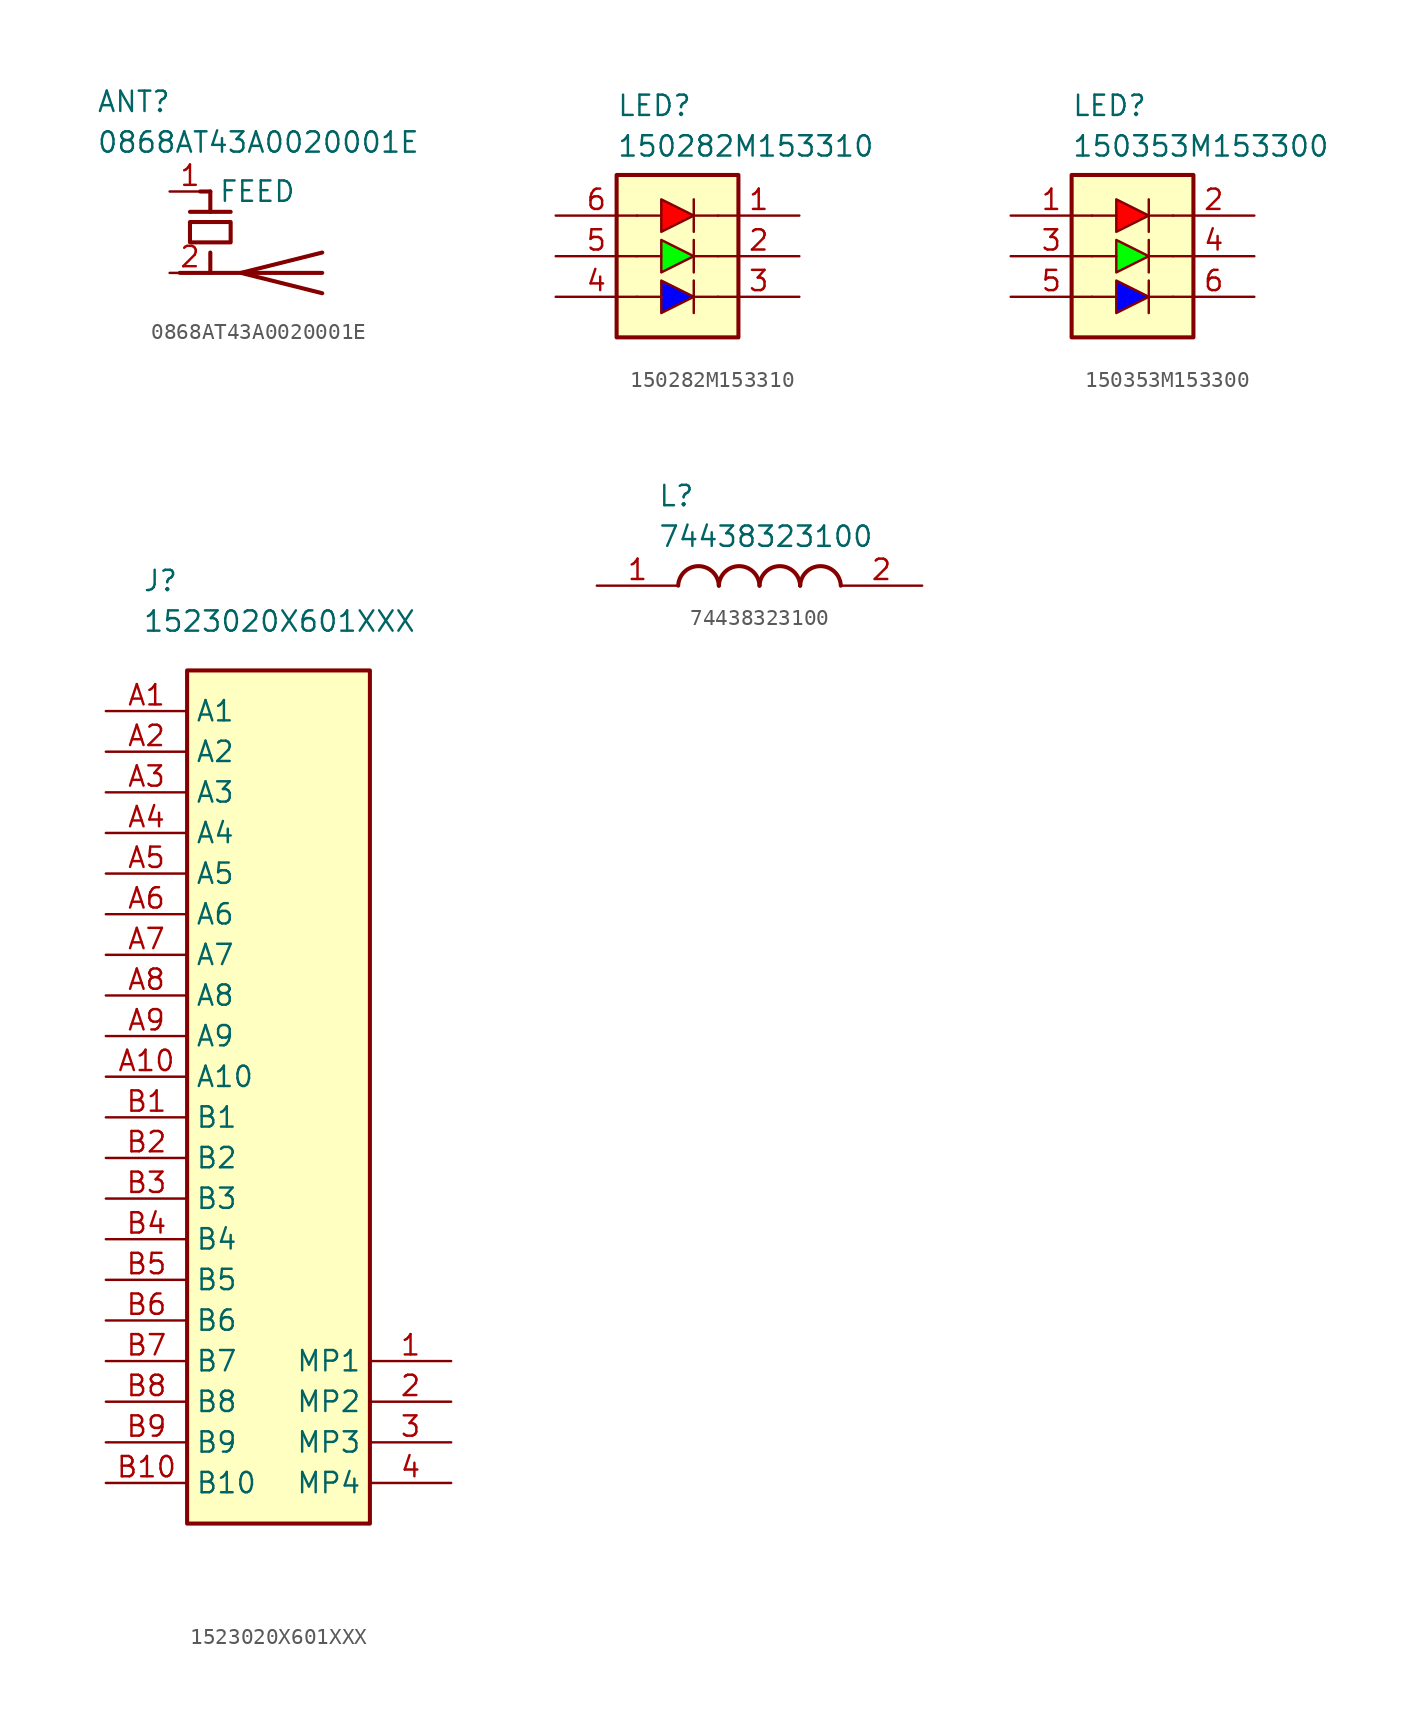
<source format=kicad_sym>
(kicad_symbol_lib
  (version 20241209)
  (generator "kicad_symbol_editor")
  (generator_version "9.0")
  (symbol "0868AT43A0020001E"
    (property "Reference" "ANT"
      (at -7.112 8.89 0)
      (effects (font (size 1.27 1.27)) (justify left top)))
    (property "Value" "0868AT43A0020001E"
      (at -7.112 6.35 0)
      (effects (font (size 1.27 1.27)) (justify left top)))
    (symbol "0868AT43A0020001E_0_1"
      (polyline (pts (xy -0.635 -2.54) (xy 0 -2.54)) (stroke (width 0) (type default)) (fill (type none)))
      (polyline (pts (xy 0 2.54) (xy -0.635 2.54)) (stroke (width 0.254) (type default)) (fill (type none)))
      (polyline (pts (xy 0 2.54) (xy 0 1.27)) (stroke (width 0.254) (type default)) (fill (type none)))
      (polyline (pts (xy 0 -1.27) (xy 0 -2.54)) (stroke (width 0.254) (type default)) (fill (type none)))
      (polyline (pts (xy 1.27 1.27) (xy -1.27 1.27) (xy 0 1.27)) (stroke (width 0.254) (type default)) (fill (type none)))
      (polyline (pts (xy 1.27 0.635) (xy 1.27 -0.635) (xy -1.27 -0.635) (xy -1.27 0.635) (xy 1.27 0.635)) (stroke (width 0.254) (type default)) (fill (type none)))
      (polyline (pts (xy 6.985 -2.54) (xy -1.905 -2.54)) (stroke (width 0.254) (type default)) (fill (type none)))
      (polyline (pts (xy 6.985 -3.81) (xy 1.905 -2.54) (xy 6.985 -1.27)) (stroke (width 0.254) (type default)) (fill (type none))))
    (symbol "0868AT43A0020001E_1_1"
      (pin input line (at -2.54 2.54 0) (length 2.54) (name "FEED" (effects (font (size 1.27 1.27)))) (number "1" (effects (font (size 1.27 1.27)))))
      (pin passive line (at -2.54 -2.54 0) (length 2.54) (name "PCB_Trace" (effects (font (size 0 0)))) (number "2" (effects (font (size 1.27 1.27)))))))
  (symbol "150282M153310"
    (property "Reference" "LED"
      (at -3.81 10.16 0)
      (effects (font (size 1.27 1.27)) (justify left top)))
    (property "Value" "150282M153310"
      (at -3.81 7.62 0)
      (effects (font (size 1.27 1.27)) (justify left top)))
    (symbol "150282M153310_1_1"
      (rectangle (start -3.81 5.08) (end 3.81 -5.08) (stroke (width 0.254) (type default)) (fill (type background)))
      (polyline (pts (xy -1.016 2.54) (xy -2.54 2.54)) (stroke (width 0) (type default)) (fill (type none)))
      (polyline (pts (xy -1.016 1.524) (xy -1.016 3.556) (xy 1.016 2.54) (xy -1.016 1.524)) (stroke (width 0) (type solid)) (fill (type color) (color 255 0 0 1)))
      (polyline (pts (xy -1.016 0) (xy -2.54 0)) (stroke (width 0) (type default)) (fill (type none)))
      (polyline (pts (xy -1.016 -1.016) (xy -1.016 1.016) (xy 1.016 0) (xy -1.016 -1.016)) (stroke (width 0) (type solid)) (fill (type color) (color 0 255 0 1)))
      (polyline (pts (xy -1.016 -2.54) (xy -2.54 -2.54)) (stroke (width 0) (type default)) (fill (type none)))
      (polyline (pts (xy -1.016 -3.556) (xy -1.016 -1.524) (xy 1.016 -2.54) (xy -1.016 -3.556)) (stroke (width 0) (type solid)) (fill (type color) (color 0 0 255 1)))
      (polyline (pts (xy 1.016 3.556) (xy 1.016 1.524)) (stroke (width 0) (type default)) (fill (type none)))
      (polyline (pts (xy 1.016 2.54) (xy 2.54 2.54)) (stroke (width 0) (type default)) (fill (type none)))
      (polyline (pts (xy 1.016 1.016) (xy 1.016 -1.016)) (stroke (width 0) (type default)) (fill (type none)))
      (polyline (pts (xy 1.016 0) (xy 2.54 0)) (stroke (width 0) (type default)) (fill (type none)))
      (polyline (pts (xy 1.016 -1.524) (xy 1.016 -3.556)) (stroke (width 0) (type default)) (fill (type none)))
      (polyline (pts (xy 1.016 -2.54) (xy 2.54 -2.54)) (stroke (width 0) (type default)) (fill (type none)))
      (pin passive line (at -7.62 2.54 0) (length 5.08) (name "A_RED" (effects (font (size 0 0)))) (number "6" (effects (font (size 1.27 1.27)))))
      (pin passive line (at -7.62 0 0) (length 5.08) (name "A_GREEN" (effects (font (size 0 0)))) (number "5" (effects (font (size 1.27 1.27)))))
      (pin passive line (at -7.62 -2.54 0) (length 5.08) (name "A_BLUE" (effects (font (size 0 0)))) (number "4" (effects (font (size 1.27 1.27)))))
      (pin passive line (at 7.62 2.54 180) (length 5.08) (name "K_RED" (effects (font (size 0 0)))) (number "1" (effects (font (size 1.27 1.27)))))
      (pin passive line (at 7.62 0 180) (length 5.08) (name "K_GREEN" (effects (font (size 0 0)))) (number "2" (effects (font (size 1.27 1.27)))))
      (pin passive line (at 7.62 -2.54 180) (length 5.08) (name "K_BLUE" (effects (font (size 0 0)))) (number "3" (effects (font (size 1.27 1.27)))))))
  (symbol "150353M153300"
    (property "Reference" "LED"
      (at 13.97 7.62 0)
      (effects (font (size 1.27 1.27)) (justify left top)))
    (property "Value" "150353M153300"
      (at 13.97 5.08 0)
      (effects (font (size 1.27 1.27)) (justify left top)))
    (symbol "150353M153300_1_1"
      (rectangle (start 13.97 2.54) (end 21.59 -7.62) (stroke (width 0.254) (type default)) (fill (type background)))
      (polyline (pts (xy 16.764 0) (xy 15.24 0)) (stroke (width 0) (type default)) (fill (type none)))
      (polyline (pts (xy 16.764 -1.016) (xy 16.764 1.016) (xy 18.796 0) (xy 16.764 -1.016)) (stroke (width 0) (type solid)) (fill (type color) (color 255 0 0 1)))
      (polyline (pts (xy 16.764 -2.54) (xy 15.24 -2.54)) (stroke (width 0) (type default)) (fill (type none)))
      (polyline (pts (xy 16.764 -3.556) (xy 16.764 -1.524) (xy 18.796 -2.54) (xy 16.764 -3.556)) (stroke (width 0) (type solid)) (fill (type color) (color 0 255 0 1)))
      (polyline (pts (xy 16.764 -5.08) (xy 15.24 -5.08)) (stroke (width 0) (type default)) (fill (type none)))
      (polyline (pts (xy 16.764 -6.096) (xy 16.764 -4.064) (xy 18.796 -5.08) (xy 16.764 -6.096)) (stroke (width 0) (type solid)) (fill (type color) (color 0 0 255 1)))
      (polyline (pts (xy 18.796 1.016) (xy 18.796 -1.016)) (stroke (width 0) (type default)) (fill (type none)))
      (polyline (pts (xy 18.796 0) (xy 20.32 0)) (stroke (width 0) (type default)) (fill (type none)))
      (polyline (pts (xy 18.796 -1.524) (xy 18.796 -3.556)) (stroke (width 0) (type default)) (fill (type none)))
      (polyline (pts (xy 18.796 -2.54) (xy 20.32 -2.54)) (stroke (width 0) (type default)) (fill (type none)))
      (polyline (pts (xy 18.796 -4.064) (xy 18.796 -6.096)) (stroke (width 0) (type default)) (fill (type none)))
      (polyline (pts (xy 18.796 -5.08) (xy 20.32 -5.08)) (stroke (width 0) (type default)) (fill (type none)))
      (pin passive line (at 10.16 0 0) (length 5.08) (name "A_RED" (effects (font (size 0 0)))) (number "1" (effects (font (size 1.27 1.27)))))
      (pin passive line (at 10.16 -2.54 0) (length 5.08) (name "A_GREEN" (effects (font (size 0 0)))) (number "3" (effects (font (size 1.27 1.27)))))
      (pin passive line (at 10.16 -5.08 0) (length 5.08) (name "A_BLUE" (effects (font (size 0 0)))) (number "5" (effects (font (size 1.27 1.27)))))
      (pin passive line (at 25.4 0 180) (length 5.08) (name "K_RED" (effects (font (size 0 0)))) (number "2" (effects (font (size 1.27 1.27)))))
      (pin passive line (at 25.4 -2.54 180) (length 5.08) (name "K_GREEN" (effects (font (size 0 0)))) (number "4" (effects (font (size 1.27 1.27)))))
      (pin passive line (at 25.4 -5.08 180) (length 5.08) (name "K_BLUE" (effects (font (size 0 0)))) (number "6" (effects (font (size 1.27 1.27)))))))
  (symbol "1523020X601XXX"
    (property "Reference" "J"
      (at -7.874 31.75 0)
      (effects (font (size 1.27 1.27)) (justify left top)))
    (property "Value" "1523020X601XXX"
      (at -7.874 29.21 0)
      (effects (font (size 1.27 1.27)) (justify left top)))
    (symbol "1523020X601XXX_1_1"
      (rectangle (start -5.08 25.4) (end 6.35 -27.94) (stroke (width 0.254) (type default)) (fill (type background)))
      (pin passive line (at -10.16 22.86 0) (length 5.08) (name "A1" (effects (font (size 1.27 1.27)))) (number "A1" (effects (font (size 1.27 1.27)))))
      (pin passive line (at -10.16 20.32 0) (length 5.08) (name "A2" (effects (font (size 1.27 1.27)))) (number "A2" (effects (font (size 1.27 1.27)))))
      (pin passive line (at -10.16 17.78 0) (length 5.08) (name "A3" (effects (font (size 1.27 1.27)))) (number "A3" (effects (font (size 1.27 1.27)))))
      (pin passive line (at -10.16 15.24 0) (length 5.08) (name "A4" (effects (font (size 1.27 1.27)))) (number "A4" (effects (font (size 1.27 1.27)))))
      (pin passive line (at -10.16 12.7 0) (length 5.08) (name "A5" (effects (font (size 1.27 1.27)))) (number "A5" (effects (font (size 1.27 1.27)))))
      (pin passive line (at -10.16 10.16 0) (length 5.08) (name "A6" (effects (font (size 1.27 1.27)))) (number "A6" (effects (font (size 1.27 1.27)))))
      (pin passive line (at -10.16 7.62 0) (length 5.08) (name "A7" (effects (font (size 1.27 1.27)))) (number "A7" (effects (font (size 1.27 1.27)))))
      (pin passive line (at -10.16 5.08 0) (length 5.08) (name "A8" (effects (font (size 1.27 1.27)))) (number "A8" (effects (font (size 1.27 1.27)))))
      (pin passive line (at -10.16 2.54 0) (length 5.08) (name "A9" (effects (font (size 1.27 1.27)))) (number "A9" (effects (font (size 1.27 1.27)))))
      (pin passive line (at -10.16 0 0) (length 5.08) (name "A10" (effects (font (size 1.27 1.27)))) (number "A10" (effects (font (size 1.27 1.27)))))
      (pin passive line (at -10.16 -2.54 0) (length 5.08) (name "B1" (effects (font (size 1.27 1.27)))) (number "B1" (effects (font (size 1.27 1.27)))))
      (pin passive line (at -10.16 -5.08 0) (length 5.08) (name "B2" (effects (font (size 1.27 1.27)))) (number "B2" (effects (font (size 1.27 1.27)))))
      (pin passive line (at -10.16 -7.62 0) (length 5.08) (name "B3" (effects (font (size 1.27 1.27)))) (number "B3" (effects (font (size 1.27 1.27)))))
      (pin passive line (at -10.16 -10.16 0) (length 5.08) (name "B4" (effects (font (size 1.27 1.27)))) (number "B4" (effects (font (size 1.27 1.27)))))
      (pin passive line (at -10.16 -12.7 0) (length 5.08) (name "B5" (effects (font (size 1.27 1.27)))) (number "B5" (effects (font (size 1.27 1.27)))))
      (pin passive line (at -10.16 -15.24 0) (length 5.08) (name "B6" (effects (font (size 1.27 1.27)))) (number "B6" (effects (font (size 1.27 1.27)))))
      (pin passive line (at -10.16 -17.78 0) (length 5.08) (name "B7" (effects (font (size 1.27 1.27)))) (number "B7" (effects (font (size 1.27 1.27)))))
      (pin passive line (at -10.16 -20.32 0) (length 5.08) (name "B8" (effects (font (size 1.27 1.27)))) (number "B8" (effects (font (size 1.27 1.27)))))
      (pin passive line (at -10.16 -22.86 0) (length 5.08) (name "B9" (effects (font (size 1.27 1.27)))) (number "B9" (effects (font (size 1.27 1.27)))))
      (pin passive line (at -10.16 -25.4 0) (length 5.08) (name "B10" (effects (font (size 1.27 1.27)))) (number "B10" (effects (font (size 1.27 1.27)))))
      (pin passive line (at 11.43 -17.78 180) (length 5.08) (name "MP1" (effects (font (size 1.27 1.27)))) (number "1" (effects (font (size 1.27 1.27)))))
      (pin passive line (at 11.43 -20.32 180) (length 5.08) (name "MP2" (effects (font (size 1.27 1.27)))) (number "2" (effects (font (size 1.27 1.27)))))
      (pin passive line (at 11.43 -22.86 180) (length 5.08) (name "MP3" (effects (font (size 1.27 1.27)))) (number "3" (effects (font (size 1.27 1.27)))))
      (pin passive line (at 11.43 -25.4 180) (length 5.08) (name "MP4" (effects (font (size 1.27 1.27)))) (number "4" (effects (font (size 1.27 1.27)))))))
  (symbol "74438323100"
    (pin_names
      (hide yes))
    (property "Reference" "L"
      (at 3.81 6.35 0)
      (effects (font (size 1.27 1.27)) (justify left top)))
    (property "Value" "74438323100"
      (at 3.81 3.81 0)
      (effects (font (size 1.27 1.27)) (justify left top)))
    (symbol "74438323100_1_1"
      (arc (start 5.08 0) (mid 6.35 1.219) (end 7.62 0) (stroke (width 0.254) (type default)) (fill (type none)))
      (arc (start 7.62 0) (mid 8.89 1.219) (end 10.16 0) (stroke (width 0.254) (type default)) (fill (type none)))
      (arc (start 10.16 0) (mid 11.43 1.219) (end 12.7 0) (stroke (width 0.254) (type default)) (fill (type none)))
      (arc (start 12.7 0) (mid 13.97 1.219) (end 15.24 0) (stroke (width 0.254) (type default)) (fill (type none)))
      (pin passive line (at 0 0 0) (length 5.08) (name "1" (effects (font (size 1.27 1.27)))) (number "1" (effects (font (size 1.27 1.27)))))
      (pin passive line (at 20.32 0 180) (length 5.08) (name "2" (effects (font (size 1.27 1.27)))) (number "2" (effects (font (size 1.27 1.27))))))))
</source>
